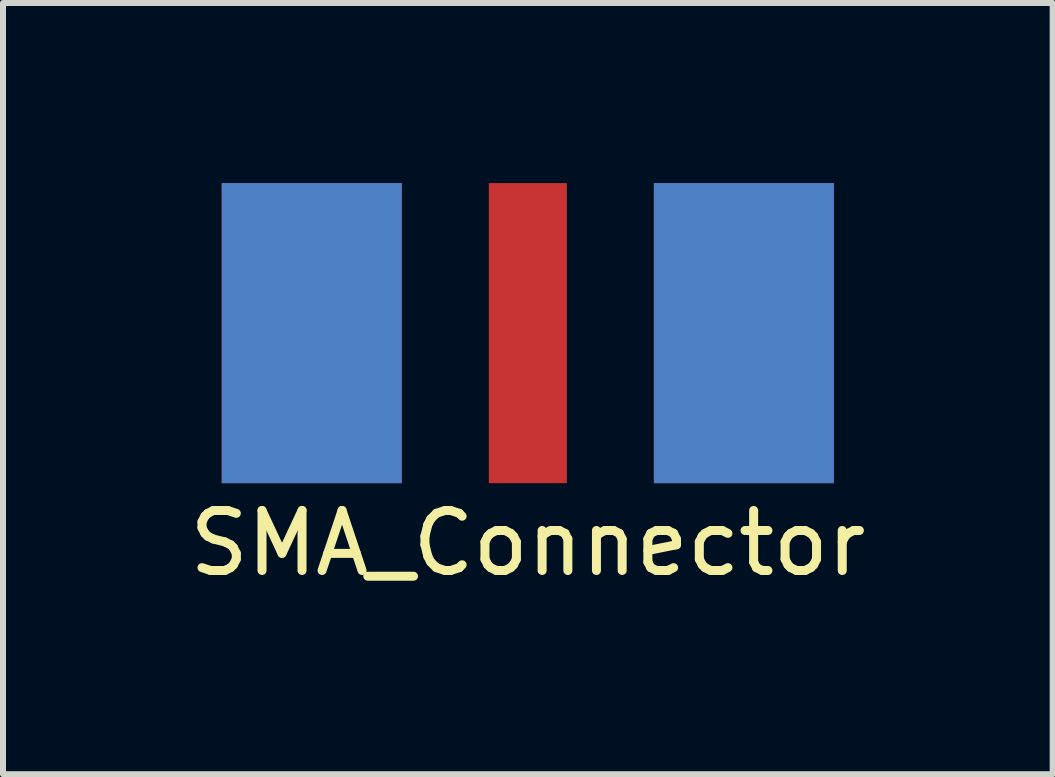
<source format=kicad_pcb>
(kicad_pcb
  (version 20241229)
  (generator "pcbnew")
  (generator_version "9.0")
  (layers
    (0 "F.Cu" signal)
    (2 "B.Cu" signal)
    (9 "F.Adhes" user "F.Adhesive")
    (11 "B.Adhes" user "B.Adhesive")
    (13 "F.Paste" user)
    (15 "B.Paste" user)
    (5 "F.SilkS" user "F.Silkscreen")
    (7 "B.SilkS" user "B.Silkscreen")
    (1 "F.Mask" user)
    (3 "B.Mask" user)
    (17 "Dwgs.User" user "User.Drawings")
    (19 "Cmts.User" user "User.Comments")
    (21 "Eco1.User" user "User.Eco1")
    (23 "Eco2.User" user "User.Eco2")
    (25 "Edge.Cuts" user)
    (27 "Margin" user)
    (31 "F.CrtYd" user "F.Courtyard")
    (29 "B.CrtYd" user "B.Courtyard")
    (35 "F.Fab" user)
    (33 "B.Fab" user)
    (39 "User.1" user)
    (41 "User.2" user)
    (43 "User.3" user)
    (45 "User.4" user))
  (footprint "SMA_Connector"
    (layer "F.Cu")
    (at 5.744 2.5)
    (property "Reference" "SMA_Connector" (at 0 3.5 0) (layer "F.SilkS") (effects (font (size 1 1) (thickness 0.15))))
    (attr through_hole)
    (pad "1" smd rect (at 0 0) (size 1.3 5) (layers "F.Cu" "F.Mask" "F.Paste"))
    (pad "2" smd rect (at -2.1 0) (size 3 5) (drill (offset -1.5 0)) (layers "F.Cu" "F.Mask" "F.Paste"))
    (pad "2" smd rect (at -2.1 0) (size 3 5) (drill (offset -1.5 0)) (layers "B.Cu" "B.Mask" "B.Paste"))
    (pad "2" smd rect (at 2.1 0) (size 3 5) (drill (offset 1.5 0)) (layers "F.Cu" "F.Mask" "F.Paste"))
    (pad "2" smd rect (at 2.1 0) (size 3 5) (drill (offset 1.5 0)) (layers "B.Cu" "B.Mask" "B.Paste")))
  (gr_rect
    (start -3 -3)
    (end 14.488 9.848)
    (stroke (width 0.1) (type default))
    (fill no)
    (layer "Edge.Cuts")))
</source>
